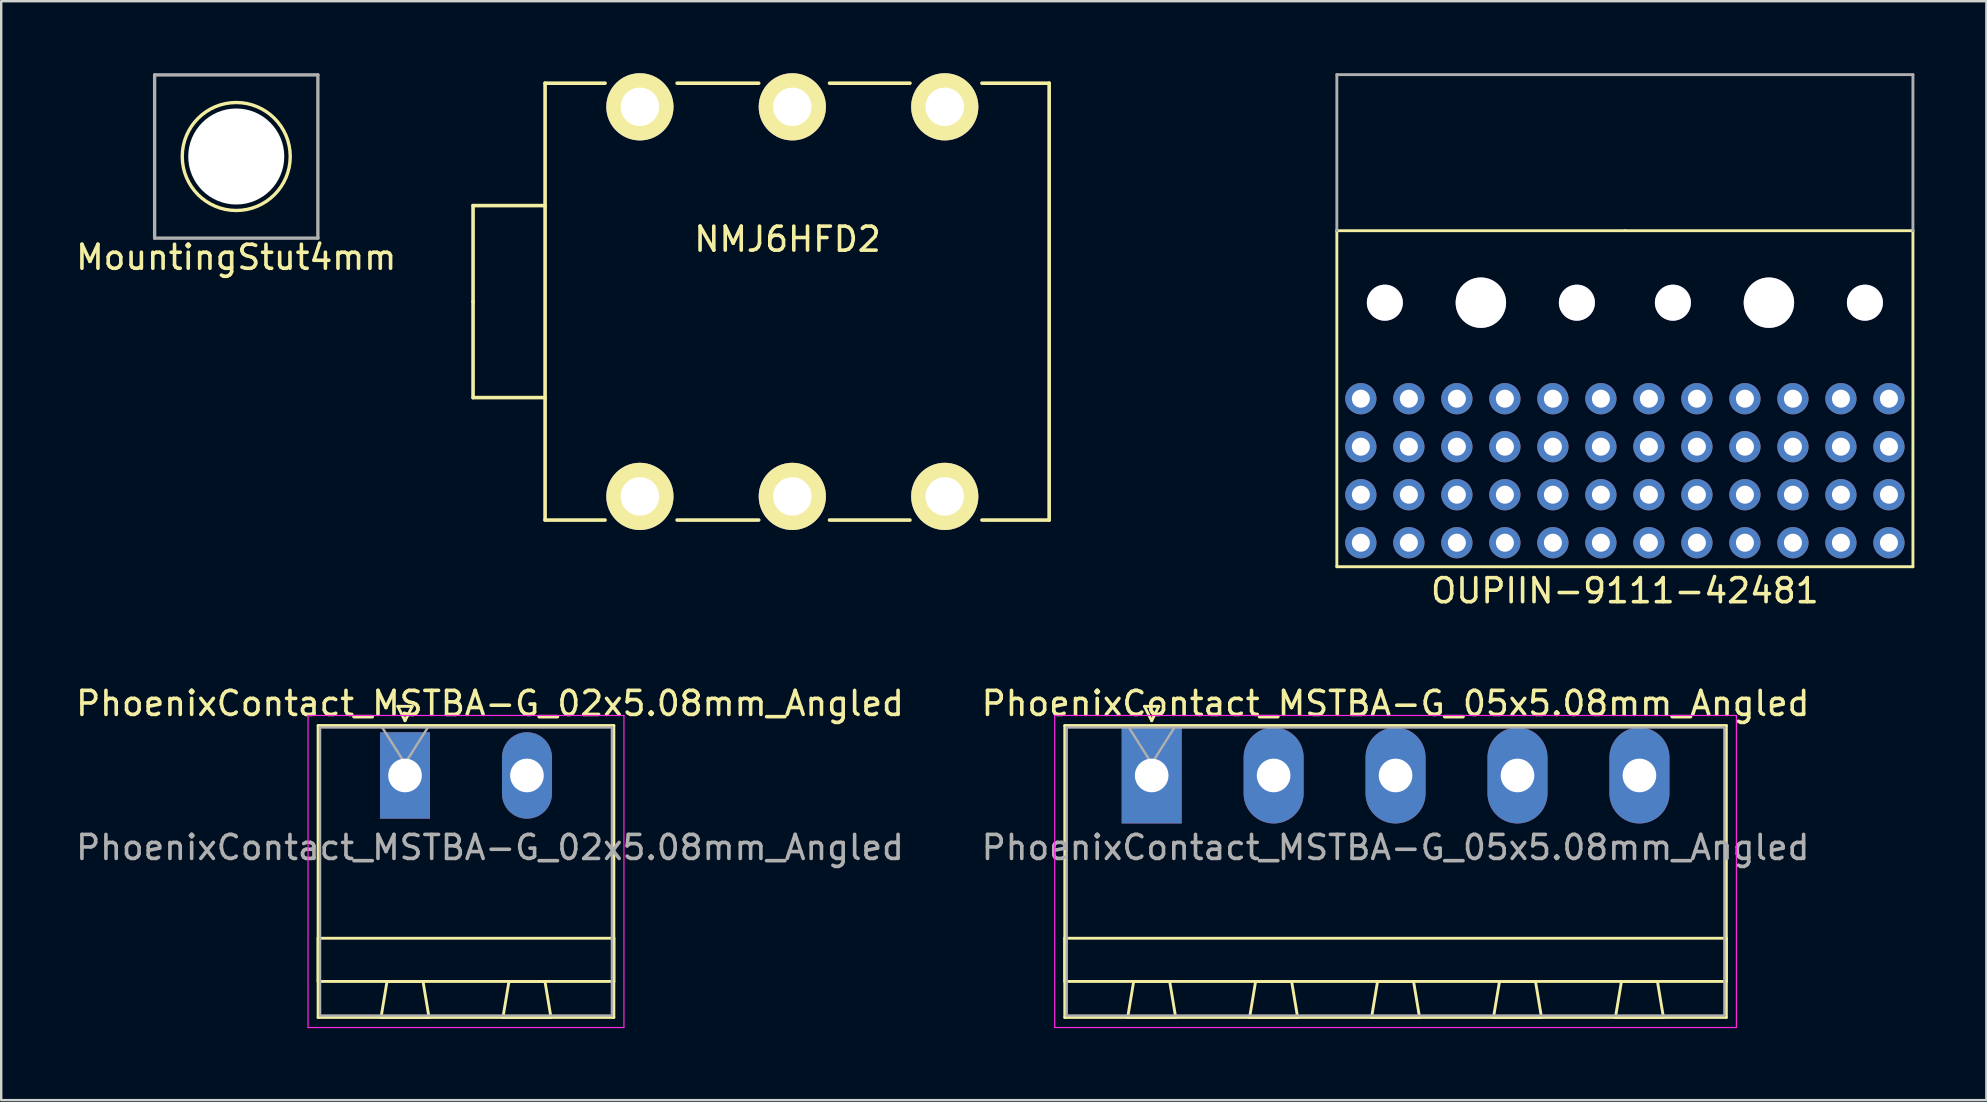
<source format=kicad_pcb>
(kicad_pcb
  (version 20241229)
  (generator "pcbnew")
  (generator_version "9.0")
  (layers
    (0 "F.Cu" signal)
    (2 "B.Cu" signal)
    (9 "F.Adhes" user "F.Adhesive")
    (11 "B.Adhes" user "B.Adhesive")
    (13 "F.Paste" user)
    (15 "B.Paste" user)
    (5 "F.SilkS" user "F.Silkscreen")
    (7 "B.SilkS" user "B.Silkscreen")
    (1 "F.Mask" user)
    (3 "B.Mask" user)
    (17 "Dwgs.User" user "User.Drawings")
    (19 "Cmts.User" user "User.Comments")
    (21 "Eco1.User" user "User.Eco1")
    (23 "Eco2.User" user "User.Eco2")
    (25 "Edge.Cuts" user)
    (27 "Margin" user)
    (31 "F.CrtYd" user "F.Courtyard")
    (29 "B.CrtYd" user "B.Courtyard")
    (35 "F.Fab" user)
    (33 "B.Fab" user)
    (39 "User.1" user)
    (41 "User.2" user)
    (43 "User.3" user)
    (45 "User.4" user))
  (footprint "MountingStut4mm"
    (layer "F.Cu")
    (at 6.792 3.47)
    (property "Reference" "MountingStut4mm" (at 0 4.2 0) (layer "F.SilkS") (effects (font (size 1 1) (thickness 0.15))))
    (attr through_hole)
    (fp_circle (center 0 0) (end 2.235 0.254) (stroke (width 0.14) (type solid)) (fill no) (layer "F.SilkS"))
    (fp_line (start -3.4 -3.4) (end 3.4 -3.4) (stroke (width 0.14) (type solid)) (layer "F.Fab"))
    (fp_line (start -3.4 3.4) (end -3.4 -3.4) (stroke (width 0.14) (type solid)) (layer "F.Fab"))
    (fp_line (start -3.4 3.4) (end 3.4 3.4) (stroke (width 0.14) (type solid)) (layer "F.Fab"))
    (fp_line (start -1.5 -0.981) (end -0.8 -0.281) (stroke (width 0.15) (type solid)) (layer "F.Fab"))
    (fp_line (start -1.5 1) (end -0.8 0.3) (stroke (width 0.15) (type solid)) (layer "F.Fab"))
    (fp_line (start -1 -1.481) (end -1.5 -0.981) (stroke (width 0.15) (type solid)) (layer "F.Fab"))
    (fp_line (start -1 1.5) (end -1.5 1) (stroke (width 0.15) (type solid)) (layer "F.Fab"))
    (fp_line (start -0.3 -0.781) (end -1 -1.481) (stroke (width 0.15) (type solid)) (layer "F.Fab"))
    (fp_line (start -0.3 0.8) (end -1 1.5) (stroke (width 0.15) (type solid)) (layer "F.Fab"))
    (fp_line (start 0.3 -0.8) (end 1 -1.5) (stroke (width 0.15) (type solid)) (layer "F.Fab"))
    (fp_line (start 0.3 0.781) (end 1 1.481) (stroke (width 0.15) (type solid)) (layer "F.Fab"))
    (fp_line (start 1 -1.5) (end 1.5 -1) (stroke (width 0.15) (type solid)) (layer "F.Fab"))
    (fp_line (start 1 1.481) (end 1.5 0.981) (stroke (width 0.15) (type solid)) (layer "F.Fab"))
    (fp_line (start 1.5 -1) (end 0.8 -0.3) (stroke (width 0.15) (type solid)) (layer "F.Fab"))
    (fp_line (start 1.5 0.981) (end 0.8 0.281) (stroke (width 0.15) (type solid)) (layer "F.Fab"))
    (fp_line (start 3.4 3.4) (end 3.4 -3.4) (stroke (width 0.14) (type solid)) (layer "F.Fab"))
    (pad "" np_thru_hole circle (at 0 0) (size 4 4) (drill 4) (layers "*.Cu" "*.Mask")))
  (footprint "PhoenixContact_MSTBA-G_05x5.08mm_Angled"
    (layer "F.Cu")
    (at 44.929 29.256)
    (property "Reference" "PhoenixContact_MSTBA-G_05x5.08mm_Angled" (at 10.16 -3 0) (layer "F.SilkS") (effects (font (size 1 1) (thickness 0.15))))
    (attr through_hole)
    (fp_line (start -3.62 -2.08) (end -3.62 10.08) (stroke (width 0.12) (type solid)) (layer "F.SilkS"))
    (fp_line (start -3.62 6.78) (end 23.94 6.78) (stroke (width 0.12) (type solid)) (layer "F.SilkS"))
    (fp_line (start -3.62 8.58) (end -3.62 6.78) (stroke (width 0.12) (type solid)) (layer "F.SilkS"))
    (fp_line (start -3.62 10.08) (end 23.94 10.08) (stroke (width 0.12) (type solid)) (layer "F.SilkS"))
    (fp_line (start -1 10.08) (end 1 10.08) (stroke (width 0.12) (type solid)) (layer "F.SilkS"))
    (fp_line (start -0.75 8.58) (end -1 10.08) (stroke (width 0.12) (type solid)) (layer "F.SilkS"))
    (fp_line (start -0.3 -2.88) (end 0.3 -2.88) (stroke (width 0.12) (type solid)) (layer "F.SilkS"))
    (fp_line (start 0 -2.28) (end -0.3 -2.88) (stroke (width 0.12) (type solid)) (layer "F.SilkS"))
    (fp_line (start 0.3 -2.88) (end 0 -2.28) (stroke (width 0.12) (type solid)) (layer "F.SilkS"))
    (fp_line (start 0.75 8.58) (end -0.75 8.58) (stroke (width 0.12) (type solid)) (layer "F.SilkS"))
    (fp_line (start 1 10.08) (end 0.75 8.58) (stroke (width 0.12) (type solid)) (layer "F.SilkS"))
    (fp_line (start 4.08 10.08) (end 6.08 10.08) (stroke (width 0.12) (type solid)) (layer "F.SilkS"))
    (fp_line (start 4.33 8.58) (end 4.08 10.08) (stroke (width 0.12) (type solid)) (layer "F.SilkS"))
    (fp_line (start 5.83 8.58) (end 4.33 8.58) (stroke (width 0.12) (type solid)) (layer "F.SilkS"))
    (fp_line (start 6.08 10.08) (end 5.83 8.58) (stroke (width 0.12) (type solid)) (layer "F.SilkS"))
    (fp_line (start 9.16 10.08) (end 11.16 10.08) (stroke (width 0.12) (type solid)) (layer "F.SilkS"))
    (fp_line (start 9.41 8.58) (end 9.16 10.08) (stroke (width 0.12) (type solid)) (layer "F.SilkS"))
    (fp_line (start 10.91 8.58) (end 9.41 8.58) (stroke (width 0.12) (type solid)) (layer "F.SilkS"))
    (fp_line (start 11.16 10.08) (end 10.91 8.58) (stroke (width 0.12) (type solid)) (layer "F.SilkS"))
    (fp_line (start 14.24 10.08) (end 16.24 10.08) (stroke (width 0.12) (type solid)) (layer "F.SilkS"))
    (fp_line (start 14.49 8.58) (end 14.24 10.08) (stroke (width 0.12) (type solid)) (layer "F.SilkS"))
    (fp_line (start 15.99 8.58) (end 14.49 8.58) (stroke (width 0.12) (type solid)) (layer "F.SilkS"))
    (fp_line (start 16.24 10.08) (end 15.99 8.58) (stroke (width 0.12) (type solid)) (layer "F.SilkS"))
    (fp_line (start 19.32 10.08) (end 21.32 10.08) (stroke (width 0.12) (type solid)) (layer "F.SilkS"))
    (fp_line (start 19.57 8.58) (end 19.32 10.08) (stroke (width 0.12) (type solid)) (layer "F.SilkS"))
    (fp_line (start 21.07 8.58) (end 19.57 8.58) (stroke (width 0.12) (type solid)) (layer "F.SilkS"))
    (fp_line (start 21.32 10.08) (end 21.07 8.58) (stroke (width 0.12) (type solid)) (layer "F.SilkS"))
    (fp_line (start 23.94 -2.08) (end -3.62 -2.08) (stroke (width 0.12) (type solid)) (layer "F.SilkS"))
    (fp_line (start 23.94 6.78) (end 23.94 8.58) (stroke (width 0.12) (type solid)) (layer "F.SilkS"))
    (fp_line (start 23.94 8.58) (end -3.62 8.58) (stroke (width 0.12) (type solid)) (layer "F.SilkS"))
    (fp_line (start 23.94 10.08) (end 23.94 -2.08) (stroke (width 0.12) (type solid)) (layer "F.SilkS"))
    (fp_line (start -4.04 -2.5) (end -4.04 10.5) (stroke (width 0.05) (type solid)) (layer "F.CrtYd"))
    (fp_line (start -4.04 10.5) (end 24.36 10.5) (stroke (width 0.05) (type solid)) (layer "F.CrtYd"))
    (fp_line (start 24.36 -2.5) (end -4.04 -2.5) (stroke (width 0.05) (type solid)) (layer "F.CrtYd"))
    (fp_line (start 24.36 10.5) (end 24.36 -2.5) (stroke (width 0.05) (type solid)) (layer "F.CrtYd"))
    (fp_line (start -3.54 -2) (end -3.54 10) (stroke (width 0.1) (type solid)) (layer "F.Fab"))
    (fp_line (start -3.54 10) (end 23.86 10) (stroke (width 0.1) (type solid)) (layer "F.Fab"))
    (fp_line (start 0 -0.5) (end -0.95 -2) (stroke (width 0.1) (type solid)) (layer "F.Fab"))
    (fp_line (start 0.95 -2) (end 0 -0.5) (stroke (width 0.1) (type solid)) (layer "F.Fab"))
    (fp_line (start 23.86 -2) (end -3.54 -2) (stroke (width 0.1) (type solid)) (layer "F.Fab"))
    (fp_line (start 23.86 10) (end 23.86 -2) (stroke (width 0.1) (type solid)) (layer "F.Fab"))
    (fp_text user "${REFERENCE}" (at 10.16 3 0) (layer "F.Fab") (effects (font (size 1 1) (thickness 0.15))))
    (pad "1" thru_hole rect (at 0 0) (size 2.5 4) (drill 1.4) (layers "*.Cu" "*.Mask"))
    (pad "2" thru_hole oval (at 5.08 0) (size 2.5 4) (drill 1.4) (layers "*.Cu" "*.Mask"))
    (pad "3" thru_hole oval (at 10.16 0) (size 2.5 4) (drill 1.4) (layers "*.Cu" "*.Mask"))
    (pad "4" thru_hole oval (at 15.24 0) (size 2.5 4) (drill 1.4) (layers "*.Cu" "*.Mask"))
    (pad "5" thru_hole oval (at 20.32 0) (size 2.5 4) (drill 1.4) (layers "*.Cu" "*.Mask")))
  (footprint "OUPIIN-9111-42481"
    (layer "F.Cu")
    (at 64.643 6.56)
    (property "Reference" "OUPIIN-9111-42481" (at 0 15 0) (layer "F.SilkS") (effects (font (size 1 1) (thickness 0.15))))
    (attr through_hole)
    (fp_line (start -12 0) (end 0 0) (stroke (width 0.12) (type solid)) (layer "F.SilkS"))
    (fp_line (start -12 14) (end -12 0) (stroke (width 0.12) (type solid)) (layer "F.SilkS"))
    (fp_line (start 0 0) (end 12 0) (stroke (width 0.12) (type solid)) (layer "F.SilkS"))
    (fp_line (start 12 0) (end 12 14) (stroke (width 0.12) (type solid)) (layer "F.SilkS"))
    (fp_line (start 12 14) (end -12 14) (stroke (width 0.12) (type solid)) (layer "F.SilkS"))
    (fp_line (start -12 -6.5) (end -12 0) (stroke (width 0.12) (type solid)) (layer "F.Fab"))
    (fp_line (start -12 -6.5) (end 12 -6.5) (stroke (width 0.12) (type solid)) (layer "F.Fab"))
    (fp_line (start 12 -6.5) (end 12 0) (stroke (width 0.12) (type solid)) (layer "F.Fab"))
    (pad "" thru_hole circle (at -10 3) (size 1.5 1.5) (drill 1.5) (layers "*.Cu" "*.Mask"))
    (pad "" thru_hole circle (at -6 3) (size 2.1 2.1) (drill 2.1) (layers "*.Cu" "*.Mask"))
    (pad "" thru_hole circle (at -2 3) (size 1.5 1.5) (drill 1.5) (layers "*.Cu" "*.Mask"))
    (pad "" thru_hole circle (at 2 3) (size 1.5 1.5) (drill 1.5) (layers "*.Cu" "*.Mask"))
    (pad "" thru_hole circle (at 6 3) (size 2.1 2.1) (drill 2.1) (layers "*.Cu" "*.Mask"))
    (pad "" thru_hole circle (at 10 3) (size 1.5 1.5) (drill 1.5) (layers "*.Cu" "*.Mask"))
    (pad "1" thru_hole circle (at -11 7) (size 1.3 1.3) (drill 0.75) (layers "*.Cu" "*.Mask"))
    (pad "2" thru_hole circle (at -9 7) (size 1.3 1.3) (drill 0.75) (layers "*.Cu" "*.Mask"))
    (pad "3" thru_hole circle (at -7 7) (size 1.3 1.3) (drill 0.75) (layers "*.Cu" "*.Mask"))
    (pad "4" thru_hole circle (at -5 7) (size 1.3 1.3) (drill 0.75) (layers "*.Cu" "*.Mask"))
    (pad "5" thru_hole circle (at -3 7) (size 1.3 1.3) (drill 0.75) (layers "*.Cu" "*.Mask"))
    (pad "6" thru_hole circle (at -1 7) (size 1.3 1.3) (drill 0.75) (layers "*.Cu" "*.Mask"))
    (pad "7" thru_hole circle (at 1 7) (size 1.3 1.3) (drill 0.75) (layers "*.Cu" "*.Mask"))
    (pad "8" thru_hole circle (at 3 7) (size 1.3 1.3) (drill 0.75) (layers "*.Cu" "*.Mask"))
    (pad "9" thru_hole circle (at 5 7) (size 1.3 1.3) (drill 0.75) (layers "*.Cu" "*.Mask"))
    (pad "10" thru_hole circle (at 7 7) (size 1.3 1.3) (drill 0.75) (layers "*.Cu" "*.Mask"))
    (pad "11" thru_hole circle (at 9 7) (size 1.3 1.3) (drill 0.75) (layers "*.Cu" "*.Mask"))
    (pad "12" thru_hole circle (at 11 7) (size 1.3 1.3) (drill 0.75) (layers "*.Cu" "*.Mask"))
    (pad "13" thru_hole circle (at -11 9) (size 1.3 1.3) (drill 0.75) (layers "*.Cu" "*.Mask"))
    (pad "14" thru_hole circle (at -9 9) (size 1.3 1.3) (drill 0.75) (layers "*.Cu" "*.Mask"))
    (pad "15" thru_hole circle (at -7 9) (size 1.3 1.3) (drill 0.75) (layers "*.Cu" "*.Mask"))
    (pad "16" thru_hole circle (at -5 9) (size 1.3 1.3) (drill 0.75) (layers "*.Cu" "*.Mask"))
    (pad "17" thru_hole circle (at -3 9) (size 1.3 1.3) (drill 0.75) (layers "*.Cu" "*.Mask"))
    (pad "18" thru_hole circle (at -1 9) (size 1.3 1.3) (drill 0.75) (layers "*.Cu" "*.Mask"))
    (pad "19" thru_hole circle (at 1 9) (size 1.3 1.3) (drill 0.75) (layers "*.Cu" "*.Mask"))
    (pad "20" thru_hole circle (at 3 9) (size 1.3 1.3) (drill 0.75) (layers "*.Cu" "*.Mask"))
    (pad "21" thru_hole circle (at 5 9) (size 1.3 1.3) (drill 0.75) (layers "*.Cu" "*.Mask"))
    (pad "22" thru_hole circle (at 7 9) (size 1.3 1.3) (drill 0.75) (layers "*.Cu" "*.Mask"))
    (pad "23" thru_hole circle (at 9 9) (size 1.3 1.3) (drill 0.75) (layers "*.Cu" "*.Mask"))
    (pad "24" thru_hole circle (at 11 9) (size 1.3 1.3) (drill 0.75) (layers "*.Cu" "*.Mask"))
    (pad "25" thru_hole circle (at -11 11) (size 1.3 1.3) (drill 0.75) (layers "*.Cu" "*.Mask"))
    (pad "26" thru_hole circle (at -9 11) (size 1.3 1.3) (drill 0.75) (layers "*.Cu" "*.Mask"))
    (pad "27" thru_hole circle (at -7 11) (size 1.3 1.3) (drill 0.75) (layers "*.Cu" "*.Mask"))
    (pad "28" thru_hole circle (at -5 11) (size 1.3 1.3) (drill 0.75) (layers "*.Cu" "*.Mask"))
    (pad "29" thru_hole circle (at -3 11) (size 1.3 1.3) (drill 0.75) (layers "*.Cu" "*.Mask"))
    (pad "30" thru_hole circle (at -1 11) (size 1.3 1.3) (drill 0.75) (layers "*.Cu" "*.Mask"))
    (pad "31" thru_hole circle (at 1 11) (size 1.3 1.3) (drill 0.75) (layers "*.Cu" "*.Mask"))
    (pad "32" thru_hole circle (at 3 11) (size 1.3 1.3) (drill 0.75) (layers "*.Cu" "*.Mask"))
    (pad "33" thru_hole circle (at 5 11) (size 1.3 1.3) (drill 0.75) (layers "*.Cu" "*.Mask"))
    (pad "34" thru_hole circle (at 7 11) (size 1.3 1.3) (drill 0.75) (layers "*.Cu" "*.Mask"))
    (pad "35" thru_hole circle (at 9 11) (size 1.3 1.3) (drill 0.75) (layers "*.Cu" "*.Mask"))
    (pad "36" thru_hole circle (at 11 11) (size 1.3 1.3) (drill 0.75) (layers "*.Cu" "*.Mask"))
    (pad "37" thru_hole circle (at -11 13) (size 1.3 1.3) (drill 0.75) (layers "*.Cu" "*.Mask"))
    (pad "38" thru_hole circle (at -9 13) (size 1.3 1.3) (drill 0.75) (layers "*.Cu" "*.Mask"))
    (pad "39" thru_hole circle (at -7 13) (size 1.3 1.3) (drill 0.75) (layers "*.Cu" "*.Mask"))
    (pad "40" thru_hole circle (at -5 13) (size 1.3 1.3) (drill 0.75) (layers "*.Cu" "*.Mask"))
    (pad "41" thru_hole circle (at -3 13) (size 1.3 1.3) (drill 0.75) (layers "*.Cu" "*.Mask"))
    (pad "42" thru_hole circle (at -1 13) (size 1.3 1.3) (drill 0.75) (layers "*.Cu" "*.Mask"))
    (pad "43" thru_hole circle (at 1 13) (size 1.3 1.3) (drill 0.75) (layers "*.Cu" "*.Mask"))
    (pad "44" thru_hole circle (at 3 13) (size 1.3 1.3) (drill 0.75) (layers "*.Cu" "*.Mask"))
    (pad "45" thru_hole circle (at 5 13) (size 1.3 1.3) (drill 0.75) (layers "*.Cu" "*.Mask"))
    (pad "46" thru_hole circle (at 7 13) (size 1.3 1.3) (drill 0.75) (layers "*.Cu" "*.Mask"))
    (pad "47" thru_hole circle (at 9 13) (size 1.3 1.3) (drill 0.75) (layers "*.Cu" "*.Mask"))
    (pad "48" thru_hole circle (at 11 13) (size 1.3 1.3) (drill 0.75) (layers "*.Cu" "*.Mask")))
  (footprint "PhoenixContact_MSTBA-G_02x5.08mm_Angled"
    (layer "F.Cu")
    (at 13.823 29.256)
    (property "Reference" "PhoenixContact_MSTBA-G_02x5.08mm_Angled" (at 3.54 -3 0) (layer "F.SilkS") (effects (font (size 1 1) (thickness 0.15))))
    (attr through_hole)
    (fp_line (start -3.62 -2.08) (end -3.62 10.08) (stroke (width 0.12) (type solid)) (layer "F.SilkS"))
    (fp_line (start -3.62 6.78) (end 8.7 6.78) (stroke (width 0.12) (type solid)) (layer "F.SilkS"))
    (fp_line (start -3.62 8.58) (end -3.62 6.78) (stroke (width 0.12) (type solid)) (layer "F.SilkS"))
    (fp_line (start -3.62 10.08) (end 8.7 10.08) (stroke (width 0.12) (type solid)) (layer "F.SilkS"))
    (fp_line (start -1 10.08) (end 1 10.08) (stroke (width 0.12) (type solid)) (layer "F.SilkS"))
    (fp_line (start -0.75 8.58) (end -1 10.08) (stroke (width 0.12) (type solid)) (layer "F.SilkS"))
    (fp_line (start -0.3 -2.88) (end 0.3 -2.88) (stroke (width 0.12) (type solid)) (layer "F.SilkS"))
    (fp_line (start 0 -2.28) (end -0.3 -2.88) (stroke (width 0.12) (type solid)) (layer "F.SilkS"))
    (fp_line (start 0.3 -2.88) (end 0 -2.28) (stroke (width 0.12) (type solid)) (layer "F.SilkS"))
    (fp_line (start 0.75 8.58) (end -0.75 8.58) (stroke (width 0.12) (type solid)) (layer "F.SilkS"))
    (fp_line (start 1 10.08) (end 0.75 8.58) (stroke (width 0.12) (type solid)) (layer "F.SilkS"))
    (fp_line (start 4.08 10.08) (end 6.08 10.08) (stroke (width 0.12) (type solid)) (layer "F.SilkS"))
    (fp_line (start 4.33 8.58) (end 4.08 10.08) (stroke (width 0.12) (type solid)) (layer "F.SilkS"))
    (fp_line (start 5.83 8.58) (end 4.33 8.58) (stroke (width 0.12) (type solid)) (layer "F.SilkS"))
    (fp_line (start 6.08 10.08) (end 5.83 8.58) (stroke (width 0.12) (type solid)) (layer "F.SilkS"))
    (fp_line (start 8.7 -2.08) (end -3.62 -2.08) (stroke (width 0.12) (type solid)) (layer "F.SilkS"))
    (fp_line (start 8.7 6.78) (end 8.7 8.58) (stroke (width 0.12) (type solid)) (layer "F.SilkS"))
    (fp_line (start 8.7 8.58) (end -3.62 8.58) (stroke (width 0.12) (type solid)) (layer "F.SilkS"))
    (fp_line (start 8.7 10.08) (end 8.7 -2.08) (stroke (width 0.12) (type solid)) (layer "F.SilkS"))
    (fp_line (start -4.04 -2.5) (end -4.04 10.5) (stroke (width 0.05) (type solid)) (layer "F.CrtYd"))
    (fp_line (start -4.04 10.5) (end 9.12 10.5) (stroke (width 0.05) (type solid)) (layer "F.CrtYd"))
    (fp_line (start 9.12 -2.5) (end -4.04 -2.5) (stroke (width 0.05) (type solid)) (layer "F.CrtYd"))
    (fp_line (start 9.12 10.5) (end 9.12 -2.5) (stroke (width 0.05) (type solid)) (layer "F.CrtYd"))
    (fp_line (start -3.54 -2) (end -3.54 10) (stroke (width 0.1) (type solid)) (layer "F.Fab"))
    (fp_line (start -3.54 10) (end 8.62 10) (stroke (width 0.1) (type solid)) (layer "F.Fab"))
    (fp_line (start 0 -0.5) (end -0.95 -2) (stroke (width 0.1) (type solid)) (layer "F.Fab"))
    (fp_line (start 0.95 -2) (end 0 -0.5) (stroke (width 0.1) (type solid)) (layer "F.Fab"))
    (fp_line (start 8.62 -2) (end -3.54 -2) (stroke (width 0.1) (type solid)) (layer "F.Fab"))
    (fp_line (start 8.62 10) (end 8.62 -2) (stroke (width 0.1) (type solid)) (layer "F.Fab"))
    (fp_text user "${REFERENCE}" (at 3.54 3 0) (layer "F.Fab") (effects (font (size 1 1) (thickness 0.15))))
    (pad "1" thru_hole rect (at 0 0) (size 2.08 3.6) (drill 1.4) (layers "*.Cu" "*.Mask"))
    (pad "2" thru_hole oval (at 5.08 0) (size 2.08 3.6) (drill 1.4) (layers "*.Cu" "*.Mask")))
  (footprint "NMJ6HFD2"
    (layer "F.Cu")
    (at 40.658 9.515)
    (property "Reference" "NMJ6HFD2" (at -10.9 -2.6 0) (layer "F.SilkS") (effects (font (size 1 1) (thickness 0.15))))
    (attr through_hole)
    (fp_line (start -24 -4) (end -21 -4) (stroke (width 0.15) (type solid)) (layer "F.SilkS"))
    (fp_line (start -24 0) (end -24 -4) (stroke (width 0.15) (type solid)) (layer "F.SilkS"))
    (fp_line (start -24 0) (end -24 4) (stroke (width 0.15) (type solid)) (layer "F.SilkS"))
    (fp_line (start -24 4) (end -21 4) (stroke (width 0.15) (type solid)) (layer "F.SilkS"))
    (fp_line (start -21 -9.1) (end -21 9.1) (stroke (width 0.15) (type solid)) (layer "F.SilkS"))
    (fp_line (start -21 9.1) (end -18.5 9.1) (stroke (width 0.15) (type solid)) (layer "F.SilkS"))
    (fp_line (start -18.5 -9.1) (end -21 -9.1) (stroke (width 0.15) (type solid)) (layer "F.SilkS"))
    (fp_line (start -12.1 -9.1) (end -15.5 -9.1) (stroke (width 0.15) (type solid)) (layer "F.SilkS"))
    (fp_line (start -12.1 9.1) (end -15.5 9.1) (stroke (width 0.15) (type solid)) (layer "F.SilkS"))
    (fp_line (start -5.8 -9.1) (end -9.15 -9.1) (stroke (width 0.15) (type solid)) (layer "F.SilkS"))
    (fp_line (start -5.8 9.1) (end -9.15 9.1) (stroke (width 0.15) (type solid)) (layer "F.SilkS"))
    (fp_line (start 0 -9.1) (end -2.8 -9.1) (stroke (width 0.15) (type solid)) (layer "F.SilkS"))
    (fp_line (start 0 -9.1) (end 0 9.1) (stroke (width 0.15) (type solid)) (layer "F.SilkS"))
    (fp_line (start 0 9.1) (end -2.8 9.1) (stroke (width 0.15) (type solid)) (layer "F.SilkS"))
    (fp_line (start 0 -5.6) (end 8.85 -5.6) (stroke (width 0.15) (type solid)) (layer "Eco1.User"))
    (fp_line (start 8.85 -5.6) (end 8.85 5.6) (stroke (width 0.15) (type solid)) (layer "Eco1.User"))
    (fp_line (start 8.85 5.6) (end 0 5.6) (stroke (width 0.15) (type solid)) (layer "Eco1.User"))
    (pad "1" thru_hole circle (at -17.05 -8.115) (size 2.8 2.8) (drill 1.6) (layers "*.Cu" "*.Mask" "F.SilkS"))
    (pad "2" thru_hole circle (at -17.05 8.115) (size 2.8 2.8) (drill 1.6) (layers "*.Cu" "*.Mask" "F.SilkS"))
    (pad "3" thru_hole circle (at -10.7 -8.115) (size 2.8 2.8) (drill 1.6) (layers "*.Cu" "*.Mask" "F.SilkS"))
    (pad "4" thru_hole circle (at -10.7 8.115) (size 2.8 2.8) (drill 1.6) (layers "*.Cu" "*.Mask" "F.SilkS"))
    (pad "5" thru_hole circle (at -4.35 -8.115) (size 2.8 2.8) (drill 1.6) (layers "*.Cu" "*.Mask" "F.SilkS"))
    (pad "6" thru_hole circle (at -4.35 8.115) (size 2.8 2.8) (drill 1.6) (layers "*.Cu" "*.Mask" "F.SilkS")))
  (gr_rect
    (start -3 -3)
    (end 79.703 42.782)
    (stroke (width 0.1) (type default))
    (fill no)
    (layer "Edge.Cuts")))
</source>
